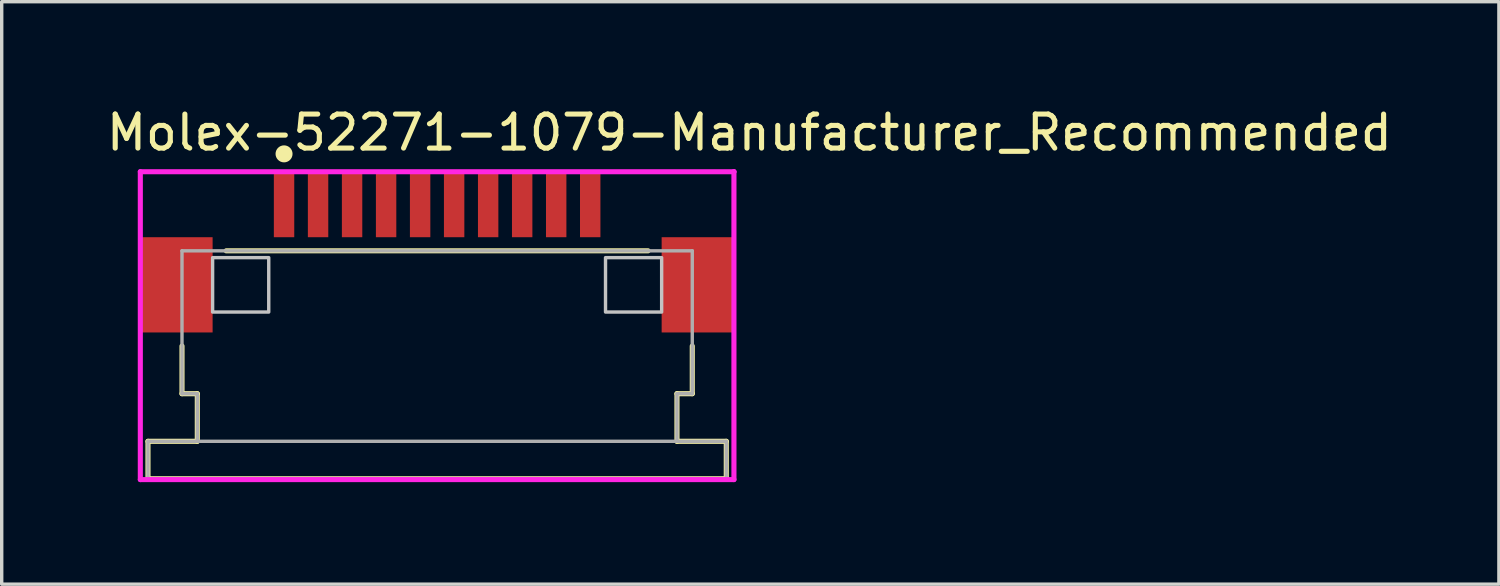
<source format=kicad_pcb>
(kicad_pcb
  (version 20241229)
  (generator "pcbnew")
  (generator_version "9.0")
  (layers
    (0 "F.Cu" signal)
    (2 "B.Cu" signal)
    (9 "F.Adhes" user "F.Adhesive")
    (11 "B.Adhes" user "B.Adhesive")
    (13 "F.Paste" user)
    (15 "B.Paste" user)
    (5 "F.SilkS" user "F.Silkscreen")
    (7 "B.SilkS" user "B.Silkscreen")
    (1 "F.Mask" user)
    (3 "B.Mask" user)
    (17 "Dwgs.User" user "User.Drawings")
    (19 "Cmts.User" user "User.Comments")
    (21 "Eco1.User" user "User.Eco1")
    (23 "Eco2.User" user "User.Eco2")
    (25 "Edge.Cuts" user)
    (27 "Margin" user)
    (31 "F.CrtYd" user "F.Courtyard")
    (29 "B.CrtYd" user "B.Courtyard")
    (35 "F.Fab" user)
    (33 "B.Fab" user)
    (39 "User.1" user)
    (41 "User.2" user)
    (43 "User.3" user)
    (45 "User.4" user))
  (footprint "Molex-52271-1079-Manufacturer_Recommended"
    (layer "F.Cu")
    (at 9.8 4.148)
    (property "Reference" "Molex-52271-1079-Manufacturer_Recommended" (at -9.8 -3.3 0) (layer "F.SilkS") (effects (font (size 1 1) (thickness 0.15)) (justify left)))
    (attr through_hole)
    (fp_line (start -8.5 5.775) (end -7.05 5.775) (stroke (width 0.15) (type solid)) (layer "F.SilkS"))
    (fp_line (start -8.5 6.875) (end -8.5 5.775) (stroke (width 0.15) (type solid)) (layer "F.SilkS"))
    (fp_line (start -8.5 6.875) (end 8.5 6.875) (stroke (width 0.15) (type solid)) (layer "F.SilkS"))
    (fp_line (start -7.5 4.375) (end -7.5 2.975) (stroke (width 0.15) (type solid)) (layer "F.SilkS"))
    (fp_line (start -7.5 4.375) (end -7.05 4.375) (stroke (width 0.15) (type solid)) (layer "F.SilkS"))
    (fp_line (start -7.05 5.775) (end -7.05 4.375) (stroke (width 0.15) (type solid)) (layer "F.SilkS"))
    (fp_line (start -6.2 0.175) (end 6.2 0.175) (stroke (width 0.15) (type solid)) (layer "F.SilkS"))
    (fp_line (start 7.05 4.375) (end 7.5 4.375) (stroke (width 0.15) (type solid)) (layer "F.SilkS"))
    (fp_line (start 7.05 5.775) (end 7.05 4.375) (stroke (width 0.15) (type solid)) (layer "F.SilkS"))
    (fp_line (start 7.05 5.775) (end 8.5 5.775) (stroke (width 0.15) (type solid)) (layer "F.SilkS"))
    (fp_line (start 7.5 4.375) (end 7.5 2.975) (stroke (width 0.15) (type solid)) (layer "F.SilkS"))
    (fp_line (start 8.5 6.875) (end 8.5 5.775) (stroke (width 0.15) (type solid)) (layer "F.SilkS"))
    (fp_circle (center -4.5 -2.675) (end -4.375 -2.675) (stroke (width 0.25) (type solid)) (fill no) (layer "F.SilkS"))
    (fp_poly (pts (xy -4.95 1.975) (xy -6.6 1.975) (xy -6.6 0.375) (xy -4.95 0.375)) (stroke (width 0.1) (type solid)) (fill no) (layer "Dwgs.User"))
    (fp_poly (pts (xy 4.95 0.375) (xy 6.6 0.375) (xy 6.6 1.975) (xy 4.95 1.975)) (stroke (width 0.1) (type solid)) (fill no) (layer "Dwgs.User"))
    (fp_line (start -8.725 -2.15) (end -8.725 6.9) (stroke (width 0.15) (type solid)) (layer "F.CrtYd"))
    (fp_line (start -8.725 6.9) (end 8.725 6.9) (stroke (width 0.15) (type solid)) (layer "F.CrtYd"))
    (fp_line (start 8.725 -2.15) (end -8.725 -2.15) (stroke (width 0.15) (type solid)) (layer "F.CrtYd"))
    (fp_line (start 8.725 -2.15) (end 8.725 -2.15) (stroke (width 0.15) (type solid)) (layer "F.CrtYd"))
    (fp_line (start 8.725 6.9) (end 8.725 -2.15) (stroke (width 0.15) (type solid)) (layer "F.CrtYd"))
    (fp_line (start -8.5 5.775) (end 8.5 5.775) (stroke (width 0.1) (type solid)) (layer "F.Fab"))
    (fp_line (start -8.5 6.875) (end -8.5 5.775) (stroke (width 0.1) (type solid)) (layer "F.Fab"))
    (fp_line (start -8.5 6.875) (end 8.5 6.875) (stroke (width 0.1) (type solid)) (layer "F.Fab"))
    (fp_line (start -7.5 0.175) (end 7.5 0.175) (stroke (width 0.1) (type solid)) (layer "F.Fab"))
    (fp_line (start -7.5 4.375) (end -7.5 0.175) (stroke (width 0.1) (type solid)) (layer "F.Fab"))
    (fp_line (start -7.5 4.375) (end -7.05 4.375) (stroke (width 0.1) (type solid)) (layer "F.Fab"))
    (fp_line (start -7.05 5.775) (end -7.05 4.375) (stroke (width 0.1) (type solid)) (layer "F.Fab"))
    (fp_line (start 7.05 4.375) (end 7.5 4.375) (stroke (width 0.1) (type solid)) (layer "F.Fab"))
    (fp_line (start 7.05 5.775) (end 7.05 4.375) (stroke (width 0.1) (type solid)) (layer "F.Fab"))
    (fp_line (start 7.5 4.375) (end 7.5 0.175) (stroke (width 0.1) (type solid)) (layer "F.Fab"))
    (fp_line (start 8.5 6.875) (end 8.5 5.775) (stroke (width 0.1) (type solid)) (layer "F.Fab"))
    (pad "1" smd rect (at -4.5 -1.175 180) (size 0.6 1.9) (layers "F.Cu" "F.Mask" "F.Paste"))
    (pad "2" smd rect (at -3.5 -1.175 180) (size 0.6 1.9) (layers "F.Cu" "F.Mask" "F.Paste"))
    (pad "3" smd rect (at -2.5 -1.175 180) (size 0.6 1.9) (layers "F.Cu" "F.Mask" "F.Paste"))
    (pad "4" smd rect (at -1.5 -1.175 180) (size 0.6 1.9) (layers "F.Cu" "F.Mask" "F.Paste"))
    (pad "5" smd rect (at -0.5 -1.175 180) (size 0.6 1.9) (layers "F.Cu" "F.Mask" "F.Paste"))
    (pad "6" smd rect (at 0.5 -1.175 180) (size 0.6 1.9) (layers "F.Cu" "F.Mask" "F.Paste"))
    (pad "7" smd rect (at 1.5 -1.175 180) (size 0.6 1.9) (layers "F.Cu" "F.Mask" "F.Paste"))
    (pad "8" smd rect (at 2.5 -1.175 180) (size 0.6 1.9) (layers "F.Cu" "F.Mask" "F.Paste"))
    (pad "9" smd rect (at 3.5 -1.175 180) (size 0.6 1.9) (layers "F.Cu" "F.Mask" "F.Paste"))
    (pad "10" smd rect (at 4.5 -1.175 180) (size 0.6 1.9) (layers "F.Cu" "F.Mask" "F.Paste"))
    (pad "MP1" smd rect (at -7.65 1.175 180) (size 2.1 2.8) (layers "F.Cu" "F.Mask" "F.Paste"))
    (pad "MP2" smd rect (at 7.65 1.175 180) (size 2.1 2.8) (layers "F.Cu" "F.Mask" "F.Paste")))
  (gr_rect
    (start -3 -3)
    (end 41.012 14.123)
    (stroke (width 0.1) (type default))
    (fill no)
    (layer "Edge.Cuts")))
</source>
